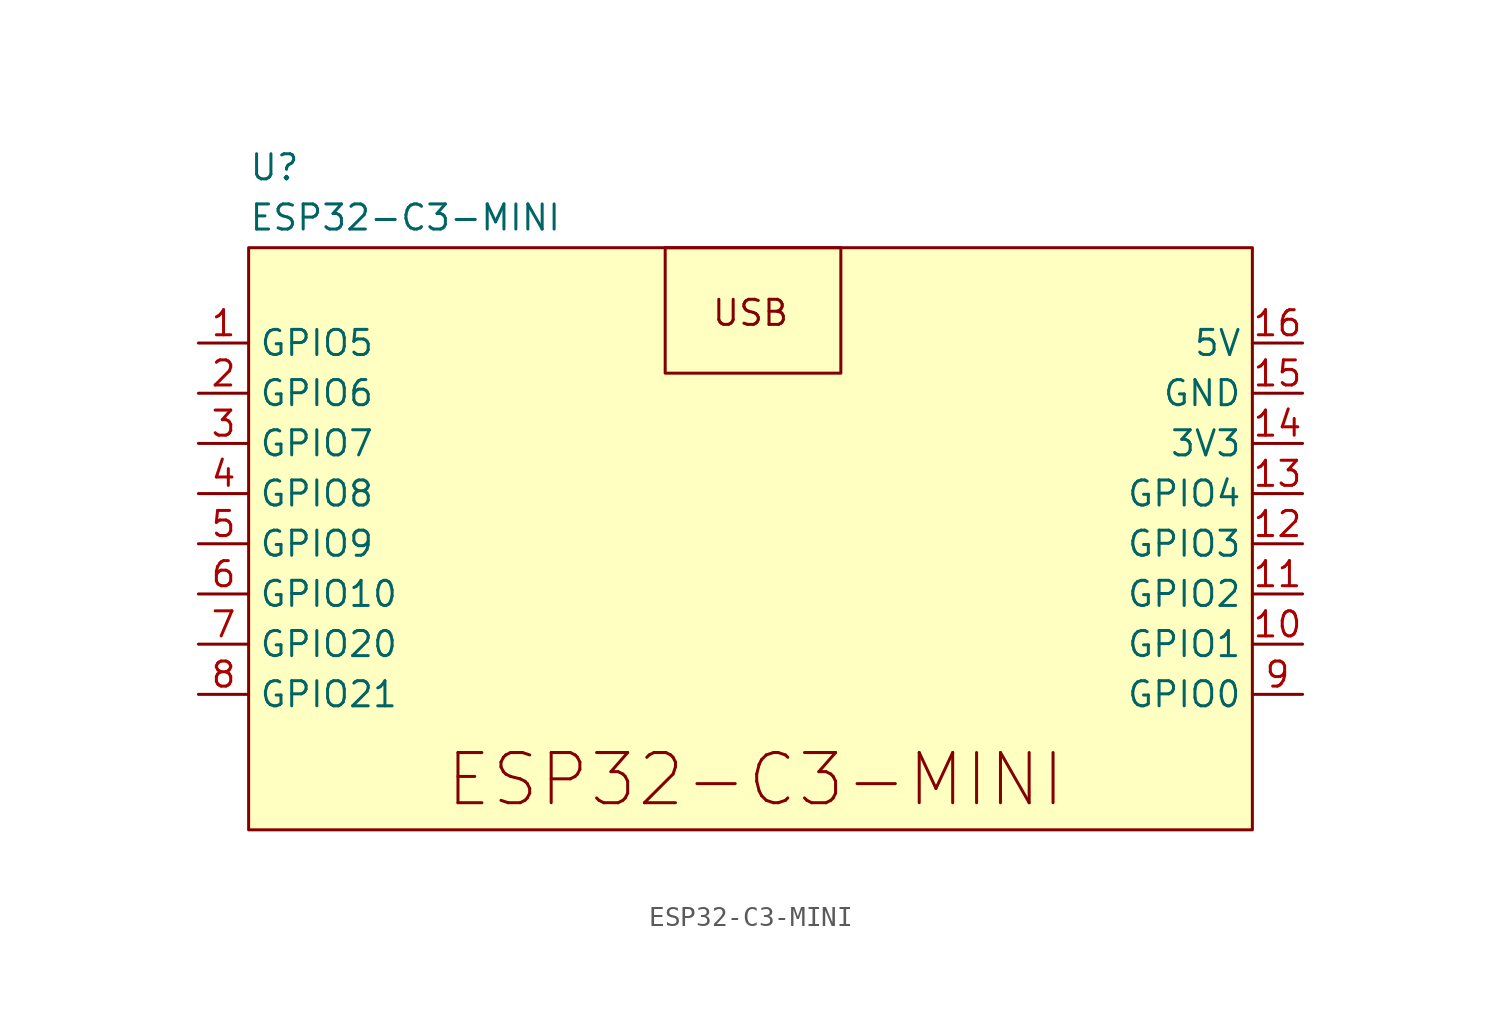
<source format=kicad_sym>
(kicad_symbol_lib
  (version 20231120)
  (generator "kicad_symbol_editor")
  (generator_version "8.0")
  (symbol "ESP32-C3-MINI"
    (property "Reference" "U"
      (at -25.4 30.48 0)
      (effects (font (size 1.27 1.27)) (justify left)))
    (property "Value" "ESP32-C3-MINI"
      (at -25.4 27.94 0)
      (effects (font (size 1.27 1.27)) (justify left)))
    (symbol "ESP32-C3-MINI_0_1"
      (rectangle (start -25.4 26.416) (end 25.4 -3.048) (stroke (width 0) (type default)) (fill (type background))))
    (symbol "ESP32-C3-MINI_1_0"
      (rectangle (start -4.318 26.416) (end 4.572 20.066) (stroke (width 0) (type default)) (fill (type none)))
      (text "ESP32-C3-MINI" (at 0.254 -0.508 0) (effects (font (size 2.54 2.54))))
      (text "USB" (at 0 23.114 0) (effects (font (size 1.27 1.27)))))
    (symbol "ESP32-C3-MINI_1_1"
      (pin bidirectional line (at -27.94 21.59 0) (length 2.54) (name "GPIO5" (effects (font (size 1.27 1.27)))) (number "1" (effects (font (size 1.27 1.27)))) (alternate "A5" input line) (alternate "MISO" input line))
      (pin bidirectional line (at 27.94 6.35 180) (length 2.54) (name "GPIO1" (effects (font (size 1.27 1.27)))) (number "10" (effects (font (size 1.27 1.27)))) (alternate "A1" input line))
      (pin bidirectional line (at 27.94 8.89 180) (length 2.54) (name "GPIO2" (effects (font (size 1.27 1.27)))) (number "11" (effects (font (size 1.27 1.27)))) (alternate "A2" input line))
      (pin bidirectional line (at 27.94 11.43 180) (length 2.54) (name "GPIO3" (effects (font (size 1.27 1.27)))) (number "12" (effects (font (size 1.27 1.27)))) (alternate "A3" input line))
      (pin bidirectional line (at 27.94 13.97 180) (length 2.54) (name "GPIO4" (effects (font (size 1.27 1.27)))) (number "13" (effects (font (size 1.27 1.27)))) (alternate "A4" input line) (alternate "SCK" output line))
      (pin power_in line (at 27.94 16.51 180) (length 2.54) (name "3V3" (effects (font (size 1.27 1.27)))) (number "14" (effects (font (size 1.27 1.27)))))
      (pin passive line (at 27.94 19.05 180) (length 2.54) (name "GND" (effects (font (size 1.27 1.27)))) (number "15" (effects (font (size 1.27 1.27)))))
      (pin power_in line (at 27.94 21.59 180) (length 2.54) (name "5V" (effects (font (size 1.27 1.27)))) (number "16" (effects (font (size 1.27 1.27)))))
      (pin bidirectional line (at -27.94 19.05 0) (length 2.54) (name "GPIO6" (effects (font (size 1.27 1.27)))) (number "2" (effects (font (size 1.27 1.27)))) (alternate "MOSI" output line))
      (pin bidirectional line (at -27.94 16.51 0) (length 2.54) (name "GPIO7" (effects (font (size 1.27 1.27)))) (number "3" (effects (font (size 1.27 1.27)))) (alternate "SS" output line))
      (pin bidirectional line (at -27.94 13.97 0) (length 2.54) (name "GPIO8" (effects (font (size 1.27 1.27)))) (number "4" (effects (font (size 1.27 1.27)))) (alternate "LED" output line) (alternate "SDA" bidirectional line))
      (pin bidirectional line (at -27.94 11.43 0) (length 2.54) (name "GPIO9" (effects (font (size 1.27 1.27)))) (number "5" (effects (font (size 1.27 1.27)))) (alternate "SCL" output line))
      (pin bidirectional line (at -27.94 8.89 0) (length 2.54) (name "GPIO10" (effects (font (size 1.27 1.27)))) (number "6" (effects (font (size 1.27 1.27)))))
      (pin bidirectional line (at -27.94 6.35 0) (length 2.54) (name "GPIO20" (effects (font (size 1.27 1.27)))) (number "7" (effects (font (size 1.27 1.27)))) (alternate "TX" output line))
      (pin bidirectional line (at -27.94 3.81 0) (length 2.54) (name "GPIO21" (effects (font (size 1.27 1.27)))) (number "8" (effects (font (size 1.27 1.27)))) (alternate "RX" input line))
      (pin bidirectional line (at 27.94 3.81 180) (length 2.54) (name "GPIO0" (effects (font (size 1.27 1.27)))) (number "9" (effects (font (size 1.27 1.27)))) (alternate "A0" input line)))))
</source>
